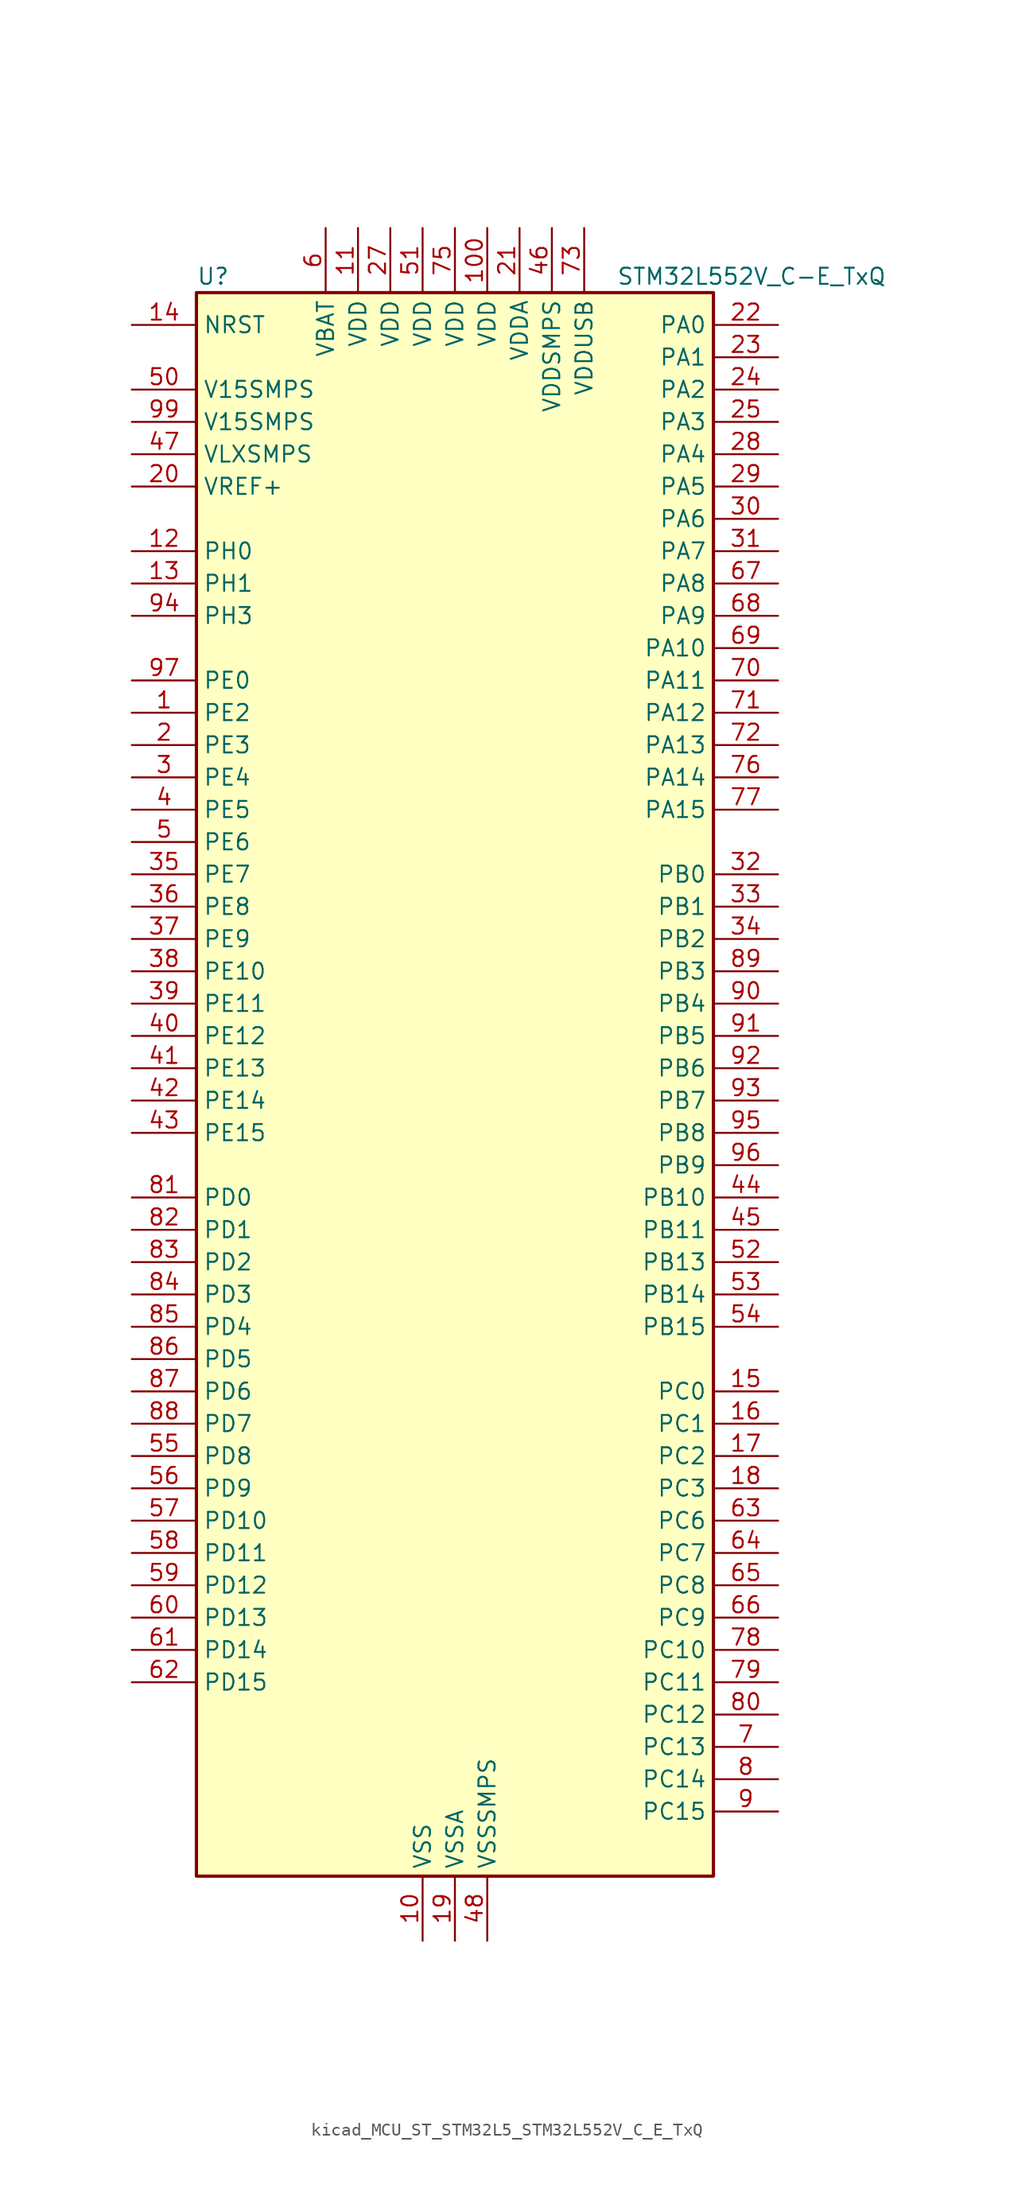
<source format=kicad_sym>
(kicad_symbol_lib
  (version 20220914)
  (generator kicad_symbol_editor)
  (symbol "kicad_MCU_ST_STM32L5_STM32L552V_C_E_TxQ"
    (property "Reference" "U"
      (at -20.32 64.77 0)
      (effects (font (size 1.27 1.27)) (justify left)))
    (property "Value" "STM32L552V_C-E_TxQ"
      (at 12.7 64.77 0)
      (effects (font (size 1.27 1.27)) (justify left)))
    (property "ki_locked" ""
      (at 0 0 0)
      (effects (font (size 1.27 1.27))))
    (symbol "kicad_MCU_ST_STM32L5_STM32L552V_C_E_TxQ_0_1"
      (rectangle (start -20.32 -60.96) (end 20.32 63.5) (stroke (width 0.254) (type default)) (fill (type background))))
    (symbol "kicad_MCU_ST_STM32L5_STM32L552V_C_E_TxQ_1_1"
      (pin bidirectional line (at -25.4 30.48 0) (length 5.08) (name "PE2" (effects (font (size 1.27 1.27)))) (number "1" (effects (font (size 1.27 1.27)))) (alternate "DEBUG_TRACECLK" bidirectional line) (alternate "FMC_A23" bidirectional line) (alternate "SAI1_CK1" bidirectional line) (alternate "SAI1_MCLK_A" bidirectional line) (alternate "TIM3_ETR" bidirectional line) (alternate "TSC_G7_IO1" bidirectional line))
      (pin power_in line (at -2.54 -66.04 90) (length 5.08) (name "VSS" (effects (font (size 1.27 1.27)))) (number "10" (effects (font (size 1.27 1.27)))))
      (pin power_in line (at 2.54 68.58 270) (length 5.08) (name "VDD" (effects (font (size 1.27 1.27)))) (number "100" (effects (font (size 1.27 1.27)))))
      (pin power_in line (at -7.62 68.58 270) (length 5.08) (name "VDD" (effects (font (size 1.27 1.27)))) (number "11" (effects (font (size 1.27 1.27)))))
      (pin bidirectional line (at -25.4 43.18 0) (length 5.08) (name "PH0" (effects (font (size 1.27 1.27)))) (number "12" (effects (font (size 1.27 1.27)))) (alternate "RCC_OSC_IN" bidirectional line))
      (pin bidirectional line (at -25.4 40.64 0) (length 5.08) (name "PH1" (effects (font (size 1.27 1.27)))) (number "13" (effects (font (size 1.27 1.27)))) (alternate "RCC_OSC_OUT" bidirectional line))
      (pin input line (at -25.4 60.96 0) (length 5.08) (name "NRST" (effects (font (size 1.27 1.27)))) (number "14" (effects (font (size 1.27 1.27)))))
      (pin bidirectional line (at 25.4 -22.86 180) (length 5.08) (name "PC0" (effects (font (size 1.27 1.27)))) (number "15" (effects (font (size 1.27 1.27)))) (alternate "ADC1_IN1" bidirectional line) (alternate "ADC2_IN1" bidirectional line) (alternate "I2C3_SCL" bidirectional line) (alternate "LPTIM1_IN1" bidirectional line) (alternate "LPTIM2_IN1" bidirectional line) (alternate "LPUART1_RX" bidirectional line) (alternate "OCTOSPI1_IO7" bidirectional line) (alternate "SAI2_FS_A" bidirectional line) (alternate "SDMMC1_D5" bidirectional line))
      (pin bidirectional line (at 25.4 -25.4 180) (length 5.08) (name "PC1" (effects (font (size 1.27 1.27)))) (number "16" (effects (font (size 1.27 1.27)))) (alternate "ADC1_IN2" bidirectional line) (alternate "ADC2_IN2" bidirectional line) (alternate "DEBUG_TRACED0" bidirectional line) (alternate "I2C3_SDA" bidirectional line) (alternate "LPTIM1_OUT" bidirectional line) (alternate "LPUART1_TX" bidirectional line) (alternate "OCTOSPI1_IO4" bidirectional line) (alternate "SAI1_SD_A" bidirectional line) (alternate "SPI2_MOSI" bidirectional line))
      (pin bidirectional line (at 25.4 -27.94 180) (length 5.08) (name "PC2" (effects (font (size 1.27 1.27)))) (number "17" (effects (font (size 1.27 1.27)))) (alternate "ADC1_IN3" bidirectional line) (alternate "ADC2_IN3" bidirectional line) (alternate "DFSDM1_CKOUT" bidirectional line) (alternate "LPTIM1_IN2" bidirectional line) (alternate "OCTOSPI1_IO5" bidirectional line) (alternate "SPI2_MISO" bidirectional line))
      (pin bidirectional line (at 25.4 -30.48 180) (length 5.08) (name "PC3" (effects (font (size 1.27 1.27)))) (number "18" (effects (font (size 1.27 1.27)))) (alternate "ADC1_IN4" bidirectional line) (alternate "ADC2_IN4" bidirectional line) (alternate "LPTIM1_ETR" bidirectional line) (alternate "LPTIM2_ETR" bidirectional line) (alternate "LPTIM3_OUT" bidirectional line) (alternate "OCTOSPI1_IO6" bidirectional line) (alternate "SAI1_D1" bidirectional line) (alternate "SAI1_SD_A" bidirectional line) (alternate "SPI2_MOSI" bidirectional line))
      (pin power_in line (at 0 -66.04 90) (length 5.08) (name "VSSA" (effects (font (size 1.27 1.27)))) (number "19" (effects (font (size 1.27 1.27)))))
      (pin bidirectional line (at -25.4 27.94 0) (length 5.08) (name "PE3" (effects (font (size 1.27 1.27)))) (number "2" (effects (font (size 1.27 1.27)))) (alternate "DEBUG_TRACED0" bidirectional line) (alternate "FMC_A19" bidirectional line) (alternate "OCTOSPI1_DQS" bidirectional line) (alternate "SAI1_SD_B" bidirectional line) (alternate "TIM3_CH1" bidirectional line) (alternate "TSC_G7_IO2" bidirectional line))
      (pin input line (at -25.4 48.26 0) (length 5.08) (name "VREF+" (effects (font (size 1.27 1.27)))) (number "20" (effects (font (size 1.27 1.27)))))
      (pin power_in line (at 5.08 68.58 270) (length 5.08) (name "VDDA" (effects (font (size 1.27 1.27)))) (number "21" (effects (font (size 1.27 1.27)))))
      (pin bidirectional line (at 25.4 60.96 180) (length 5.08) (name "PA0" (effects (font (size 1.27 1.27)))) (number "22" (effects (font (size 1.27 1.27)))) (alternate "ADC1_IN5" bidirectional line) (alternate "ADC2_IN5" bidirectional line) (alternate "OPAMP1_VINP" bidirectional line) (alternate "PWR_WKUP1" bidirectional line) (alternate "SAI1_EXTCLK" bidirectional line) (alternate "TAMP_IN2" bidirectional line) (alternate "TAMP_OUT1" bidirectional line) (alternate "TIM2_CH1" bidirectional line) (alternate "TIM2_ETR" bidirectional line) (alternate "TIM5_CH1" bidirectional line) (alternate "TIM8_ETR" bidirectional line) (alternate "UART4_TX" bidirectional line) (alternate "USART2_CTS" bidirectional line) (alternate "USART2_NSS" bidirectional line))
      (pin bidirectional line (at 25.4 58.42 180) (length 5.08) (name "PA1" (effects (font (size 1.27 1.27)))) (number "23" (effects (font (size 1.27 1.27)))) (alternate "ADC1_IN6" bidirectional line) (alternate "ADC2_IN6" bidirectional line) (alternate "I2C1_SMBA" bidirectional line) (alternate "OCTOSPI1_DQS" bidirectional line) (alternate "OPAMP1_VINM" bidirectional line) (alternate "SPI1_SCK" bidirectional line) (alternate "TAMP_IN5" bidirectional line) (alternate "TAMP_OUT4" bidirectional line) (alternate "TIM15_CH1N" bidirectional line) (alternate "TIM2_CH2" bidirectional line) (alternate "TIM5_CH2" bidirectional line) (alternate "UART4_RX" bidirectional line) (alternate "USART2_DE" bidirectional line) (alternate "USART2_RTS" bidirectional line))
      (pin bidirectional line (at 25.4 55.88 180) (length 5.08) (name "PA2" (effects (font (size 1.27 1.27)))) (number "24" (effects (font (size 1.27 1.27)))) (alternate "ADC1_IN7" bidirectional line) (alternate "ADC2_IN7" bidirectional line) (alternate "COMP1_INP" bidirectional line) (alternate "LPUART1_TX" bidirectional line) (alternate "OCTOSPI1_NCS" bidirectional line) (alternate "PWR_WKUP4" bidirectional line) (alternate "RCC_LSCO" bidirectional line) (alternate "SAI2_EXTCLK" bidirectional line) (alternate "TIM15_CH1" bidirectional line) (alternate "TIM2_CH3" bidirectional line) (alternate "TIM5_CH3" bidirectional line) (alternate "UCPD1_FRSTX1" bidirectional line) (alternate "USART2_TX" bidirectional line))
      (pin bidirectional line (at 25.4 53.34 180) (length 5.08) (name "PA3" (effects (font (size 1.27 1.27)))) (number "25" (effects (font (size 1.27 1.27)))) (alternate "ADC1_IN8" bidirectional line) (alternate "ADC2_IN8" bidirectional line) (alternate "LPUART1_RX" bidirectional line) (alternate "OCTOSPI1_CLK" bidirectional line) (alternate "OPAMP1_VOUT" bidirectional line) (alternate "SAI1_CK1" bidirectional line) (alternate "SAI1_MCLK_A" bidirectional line) (alternate "TIM15_CH2" bidirectional line) (alternate "TIM2_CH4" bidirectional line) (alternate "TIM5_CH4" bidirectional line) (alternate "USART2_RX" bidirectional line))
      (pin passive line (at -2.54 -66.04 90) (length 5.08) hide (name "VSS" (effects (font (size 1.27 1.27)))) (number "26" (effects (font (size 1.27 1.27)))))
      (pin power_in line (at -5.08 68.58 270) (length 5.08) (name "VDD" (effects (font (size 1.27 1.27)))) (number "27" (effects (font (size 1.27 1.27)))))
      (pin bidirectional line (at 25.4 50.8 180) (length 5.08) (name "PA4" (effects (font (size 1.27 1.27)))) (number "28" (effects (font (size 1.27 1.27)))) (alternate "ADC1_IN9" bidirectional line) (alternate "ADC2_IN9" bidirectional line) (alternate "DAC1_OUT1" bidirectional line) (alternate "LPTIM2_OUT" bidirectional line) (alternate "OCTOSPI1_NCS" bidirectional line) (alternate "SAI1_FS_B" bidirectional line) (alternate "SPI1_NSS" bidirectional line) (alternate "SPI3_NSS" bidirectional line) (alternate "USART2_CK" bidirectional line))
      (pin bidirectional line (at 25.4 48.26 180) (length 5.08) (name "PA5" (effects (font (size 1.27 1.27)))) (number "29" (effects (font (size 1.27 1.27)))) (alternate "ADC1_IN10" bidirectional line) (alternate "ADC2_IN10" bidirectional line) (alternate "DAC1_OUT2" bidirectional line) (alternate "LPTIM2_ETR" bidirectional line) (alternate "SPI1_SCK" bidirectional line) (alternate "TIM2_CH1" bidirectional line) (alternate "TIM2_ETR" bidirectional line) (alternate "TIM8_CH1N" bidirectional line))
      (pin bidirectional line (at -25.4 25.4 0) (length 5.08) (name "PE4" (effects (font (size 1.27 1.27)))) (number "3" (effects (font (size 1.27 1.27)))) (alternate "DEBUG_TRACED1" bidirectional line) (alternate "DFSDM1_DATIN3" bidirectional line) (alternate "FMC_A20" bidirectional line) (alternate "SAI1_D2" bidirectional line) (alternate "SAI1_FS_A" bidirectional line) (alternate "TIM3_CH2" bidirectional line) (alternate "TSC_G7_IO3" bidirectional line))
      (pin bidirectional line (at 25.4 45.72 180) (length 5.08) (name "PA6" (effects (font (size 1.27 1.27)))) (number "30" (effects (font (size 1.27 1.27)))) (alternate "ADC1_IN11" bidirectional line) (alternate "ADC2_IN11" bidirectional line) (alternate "LPUART1_CTS" bidirectional line) (alternate "OCTOSPI1_IO3" bidirectional line) (alternate "OPAMP2_VINP" bidirectional line) (alternate "SPI1_MISO" bidirectional line) (alternate "TIM16_CH1" bidirectional line) (alternate "TIM1_BKIN" bidirectional line) (alternate "TIM3_CH1" bidirectional line) (alternate "TIM8_BKIN" bidirectional line) (alternate "USART3_CTS" bidirectional line) (alternate "USART3_NSS" bidirectional line))
      (pin bidirectional line (at 25.4 43.18 180) (length 5.08) (name "PA7" (effects (font (size 1.27 1.27)))) (number "31" (effects (font (size 1.27 1.27)))) (alternate "ADC1_IN12" bidirectional line) (alternate "ADC2_IN12" bidirectional line) (alternate "I2C3_SCL" bidirectional line) (alternate "OCTOSPI1_IO2" bidirectional line) (alternate "OPAMP2_VINM" bidirectional line) (alternate "SPI1_MOSI" bidirectional line) (alternate "TIM17_CH1" bidirectional line) (alternate "TIM1_CH1N" bidirectional line) (alternate "TIM3_CH2" bidirectional line) (alternate "TIM8_CH1N" bidirectional line))
      (pin bidirectional line (at 25.4 17.78 180) (length 5.08) (name "PB0" (effects (font (size 1.27 1.27)))) (number "32" (effects (font (size 1.27 1.27)))) (alternate "ADC1_IN15" bidirectional line) (alternate "ADC2_IN15" bidirectional line) (alternate "COMP1_OUT" bidirectional line) (alternate "OCTOSPI1_IO1" bidirectional line) (alternate "OPAMP2_VOUT" bidirectional line) (alternate "SAI1_EXTCLK" bidirectional line) (alternate "SPI1_NSS" bidirectional line) (alternate "TIM1_CH2N" bidirectional line) (alternate "TIM3_CH3" bidirectional line) (alternate "TIM8_CH2N" bidirectional line) (alternate "USART3_CK" bidirectional line))
      (pin bidirectional line (at 25.4 15.24 180) (length 5.08) (name "PB1" (effects (font (size 1.27 1.27)))) (number "33" (effects (font (size 1.27 1.27)))) (alternate "ADC1_IN16" bidirectional line) (alternate "ADC2_IN16" bidirectional line) (alternate "COMP1_INM" bidirectional line) (alternate "DFSDM1_DATIN0" bidirectional line) (alternate "LPTIM2_IN1" bidirectional line) (alternate "LPUART1_DE" bidirectional line) (alternate "LPUART1_RTS" bidirectional line) (alternate "OCTOSPI1_IO0" bidirectional line) (alternate "TIM1_CH3N" bidirectional line) (alternate "TIM3_CH4" bidirectional line) (alternate "TIM8_CH3N" bidirectional line) (alternate "USART3_DE" bidirectional line) (alternate "USART3_RTS" bidirectional line))
      (pin bidirectional line (at 25.4 12.7 180) (length 5.08) (name "PB2" (effects (font (size 1.27 1.27)))) (number "34" (effects (font (size 1.27 1.27)))) (alternate "COMP1_INP" bidirectional line) (alternate "DFSDM1_CKIN0" bidirectional line) (alternate "I2C3_SMBA" bidirectional line) (alternate "LPTIM1_OUT" bidirectional line) (alternate "OCTOSPI1_DQS" bidirectional line) (alternate "RTC_OUT2" bidirectional line) (alternate "UCPD1_FRSTX1" bidirectional line))
      (pin bidirectional line (at -25.4 17.78 0) (length 5.08) (name "PE7" (effects (font (size 1.27 1.27)))) (number "35" (effects (font (size 1.27 1.27)))) (alternate "DFSDM1_DATIN2" bidirectional line) (alternate "FMC_D4" bidirectional line) (alternate "FMC_DA4" bidirectional line) (alternate "SAI1_SD_B" bidirectional line) (alternate "TIM1_ETR" bidirectional line))
      (pin bidirectional line (at -25.4 15.24 0) (length 5.08) (name "PE8" (effects (font (size 1.27 1.27)))) (number "36" (effects (font (size 1.27 1.27)))) (alternate "DFSDM1_CKIN2" bidirectional line) (alternate "FMC_D5" bidirectional line) (alternate "FMC_DA5" bidirectional line) (alternate "SAI1_SCK_B" bidirectional line) (alternate "TIM1_CH1N" bidirectional line))
      (pin bidirectional line (at -25.4 12.7 0) (length 5.08) (name "PE9" (effects (font (size 1.27 1.27)))) (number "37" (effects (font (size 1.27 1.27)))) (alternate "DAC1_EXTI9" bidirectional line) (alternate "DFSDM1_CKOUT" bidirectional line) (alternate "FMC_D6" bidirectional line) (alternate "FMC_DA6" bidirectional line) (alternate "OCTOSPI1_NCLK" bidirectional line) (alternate "SAI1_FS_B" bidirectional line) (alternate "TIM1_CH1" bidirectional line))
      (pin bidirectional line (at -25.4 10.16 0) (length 5.08) (name "PE10" (effects (font (size 1.27 1.27)))) (number "38" (effects (font (size 1.27 1.27)))) (alternate "FMC_D7" bidirectional line) (alternate "FMC_DA7" bidirectional line) (alternate "OCTOSPI1_CLK" bidirectional line) (alternate "SAI1_MCLK_B" bidirectional line) (alternate "TIM1_CH2N" bidirectional line) (alternate "TSC_G5_IO1" bidirectional line))
      (pin bidirectional line (at -25.4 7.62 0) (length 5.08) (name "PE11" (effects (font (size 1.27 1.27)))) (number "39" (effects (font (size 1.27 1.27)))) (alternate "ADC1_EXTI11" bidirectional line) (alternate "ADC2_EXTI11" bidirectional line) (alternate "FMC_D8" bidirectional line) (alternate "FMC_DA8" bidirectional line) (alternate "OCTOSPI1_NCS" bidirectional line) (alternate "TIM1_CH2" bidirectional line) (alternate "TSC_G5_IO2" bidirectional line))
      (pin bidirectional line (at -25.4 22.86 0) (length 5.08) (name "PE5" (effects (font (size 1.27 1.27)))) (number "4" (effects (font (size 1.27 1.27)))) (alternate "DEBUG_TRACED2" bidirectional line) (alternate "DFSDM1_CKIN3" bidirectional line) (alternate "FMC_A21" bidirectional line) (alternate "SAI1_CK2" bidirectional line) (alternate "SAI1_SCK_A" bidirectional line) (alternate "TIM3_CH3" bidirectional line) (alternate "TSC_G7_IO4" bidirectional line))
      (pin bidirectional line (at -25.4 5.08 0) (length 5.08) (name "PE12" (effects (font (size 1.27 1.27)))) (number "40" (effects (font (size 1.27 1.27)))) (alternate "FMC_D9" bidirectional line) (alternate "FMC_DA9" bidirectional line) (alternate "OCTOSPI1_IO0" bidirectional line) (alternate "SPI1_NSS" bidirectional line) (alternate "TIM1_CH3N" bidirectional line) (alternate "TSC_G5_IO3" bidirectional line))
      (pin bidirectional line (at -25.4 2.54 0) (length 5.08) (name "PE13" (effects (font (size 1.27 1.27)))) (number "41" (effects (font (size 1.27 1.27)))) (alternate "FMC_D10" bidirectional line) (alternate "FMC_DA10" bidirectional line) (alternate "OCTOSPI1_IO1" bidirectional line) (alternate "SPI1_SCK" bidirectional line) (alternate "TIM1_CH3" bidirectional line) (alternate "TSC_G5_IO4" bidirectional line))
      (pin bidirectional line (at -25.4 0 0) (length 5.08) (name "PE14" (effects (font (size 1.27 1.27)))) (number "42" (effects (font (size 1.27 1.27)))) (alternate "FMC_D11" bidirectional line) (alternate "FMC_DA11" bidirectional line) (alternate "OCTOSPI1_IO2" bidirectional line) (alternate "SPI1_MISO" bidirectional line) (alternate "TIM1_BKIN2" bidirectional line) (alternate "TIM1_CH4" bidirectional line))
      (pin bidirectional line (at -25.4 -2.54 0) (length 5.08) (name "PE15" (effects (font (size 1.27 1.27)))) (number "43" (effects (font (size 1.27 1.27)))) (alternate "ADC1_EXTI15" bidirectional line) (alternate "ADC2_EXTI15" bidirectional line) (alternate "FMC_D12" bidirectional line) (alternate "FMC_DA12" bidirectional line) (alternate "OCTOSPI1_IO3" bidirectional line) (alternate "SPI1_MOSI" bidirectional line) (alternate "TIM1_BKIN" bidirectional line))
      (pin bidirectional line (at 25.4 -7.62 180) (length 5.08) (name "PB10" (effects (font (size 1.27 1.27)))) (number "44" (effects (font (size 1.27 1.27)))) (alternate "COMP1_OUT" bidirectional line) (alternate "I2C2_SCL" bidirectional line) (alternate "I2C4_SCL" bidirectional line) (alternate "LPTIM3_OUT" bidirectional line) (alternate "LPUART1_RX" bidirectional line) (alternate "OCTOSPI1_CLK" bidirectional line) (alternate "SAI1_SCK_A" bidirectional line) (alternate "SPI2_SCK" bidirectional line) (alternate "TIM2_CH3" bidirectional line) (alternate "TSC_SYNC" bidirectional line) (alternate "USART3_TX" bidirectional line))
      (pin bidirectional line (at 25.4 -10.16 180) (length 5.08) (name "PB11" (effects (font (size 1.27 1.27)))) (number "45" (effects (font (size 1.27 1.27)))) (alternate "ADC1_EXTI11" bidirectional line) (alternate "ADC2_EXTI11" bidirectional line) (alternate "COMP2_OUT" bidirectional line) (alternate "I2C2_SDA" bidirectional line) (alternate "I2C4_SDA" bidirectional line) (alternate "LPUART1_TX" bidirectional line) (alternate "OCTOSPI1_NCS" bidirectional line) (alternate "TIM2_CH4" bidirectional line) (alternate "USART3_RX" bidirectional line))
      (pin power_in line (at 7.62 68.58 270) (length 5.08) (name "VDDSMPS" (effects (font (size 1.27 1.27)))) (number "46" (effects (font (size 1.27 1.27)))))
      (pin power_in line (at -25.4 50.8 0) (length 5.08) (name "VLXSMPS" (effects (font (size 1.27 1.27)))) (number "47" (effects (font (size 1.27 1.27)))))
      (pin power_in line (at 2.54 -66.04 90) (length 5.08) (name "VSSSMPS" (effects (font (size 1.27 1.27)))) (number "48" (effects (font (size 1.27 1.27)))))
      (pin passive line (at -2.54 -66.04 90) (length 5.08) hide (name "VSS" (effects (font (size 1.27 1.27)))) (number "49" (effects (font (size 1.27 1.27)))))
      (pin bidirectional line (at -25.4 20.32 0) (length 5.08) (name "PE6" (effects (font (size 1.27 1.27)))) (number "5" (effects (font (size 1.27 1.27)))) (alternate "DEBUG_TRACED3" bidirectional line) (alternate "FMC_A22" bidirectional line) (alternate "PWR_WKUP3" bidirectional line) (alternate "SAI1_D1" bidirectional line) (alternate "SAI1_SD_A" bidirectional line) (alternate "TAMP_IN3" bidirectional line) (alternate "TAMP_OUT6" bidirectional line) (alternate "TIM3_CH4" bidirectional line))
      (pin power_in line (at -25.4 55.88 0) (length 5.08) (name "V15SMPS" (effects (font (size 1.27 1.27)))) (number "50" (effects (font (size 1.27 1.27)))))
      (pin power_in line (at -2.54 68.58 270) (length 5.08) (name "VDD" (effects (font (size 1.27 1.27)))) (number "51" (effects (font (size 1.27 1.27)))))
      (pin bidirectional line (at 25.4 -12.7 180) (length 5.08) (name "PB13" (effects (font (size 1.27 1.27)))) (number "52" (effects (font (size 1.27 1.27)))) (alternate "DFSDM1_CKIN1" bidirectional line) (alternate "I2C2_SCL" bidirectional line) (alternate "LPTIM3_IN1" bidirectional line) (alternate "LPUART1_CTS" bidirectional line) (alternate "SAI2_SCK_A" bidirectional line) (alternate "SPI2_SCK" bidirectional line) (alternate "TIM15_CH1N" bidirectional line) (alternate "TIM1_CH1N" bidirectional line) (alternate "TSC_G1_IO2" bidirectional line) (alternate "UCPD1_FRSTX2" bidirectional line) (alternate "USART3_CTS" bidirectional line) (alternate "USART3_NSS" bidirectional line))
      (pin bidirectional line (at 25.4 -15.24 180) (length 5.08) (name "PB14" (effects (font (size 1.27 1.27)))) (number "53" (effects (font (size 1.27 1.27)))) (alternate "DFSDM1_DATIN2" bidirectional line) (alternate "I2C2_SDA" bidirectional line) (alternate "LPTIM3_ETR" bidirectional line) (alternate "SAI2_MCLK_A" bidirectional line) (alternate "SPI2_MISO" bidirectional line) (alternate "TIM15_CH1" bidirectional line) (alternate "TIM1_CH2N" bidirectional line) (alternate "TIM8_CH2N" bidirectional line) (alternate "TSC_G1_IO3" bidirectional line) (alternate "UCPD1_DBCC2" bidirectional line) (alternate "USART3_DE" bidirectional line) (alternate "USART3_RTS" bidirectional line))
      (pin bidirectional line (at 25.4 -17.78 180) (length 5.08) (name "PB15" (effects (font (size 1.27 1.27)))) (number "54" (effects (font (size 1.27 1.27)))) (alternate "ADC1_EXTI15" bidirectional line) (alternate "ADC2_EXTI15" bidirectional line) (alternate "DFSDM1_CKIN2" bidirectional line) (alternate "RTC_REFIN" bidirectional line) (alternate "SAI2_SD_A" bidirectional line) (alternate "SPI2_MOSI" bidirectional line) (alternate "TIM15_CH2" bidirectional line) (alternate "TIM1_CH3N" bidirectional line) (alternate "TIM8_CH3N" bidirectional line) (alternate "UCPD1_CC2" bidirectional line))
      (pin bidirectional line (at -25.4 -27.94 0) (length 5.08) (name "PD8" (effects (font (size 1.27 1.27)))) (number "55" (effects (font (size 1.27 1.27)))) (alternate "FMC_D13" bidirectional line) (alternate "FMC_DA13" bidirectional line) (alternate "USART3_TX" bidirectional line))
      (pin bidirectional line (at -25.4 -30.48 0) (length 5.08) (name "PD9" (effects (font (size 1.27 1.27)))) (number "56" (effects (font (size 1.27 1.27)))) (alternate "DAC1_EXTI9" bidirectional line) (alternate "FMC_D14" bidirectional line) (alternate "FMC_DA14" bidirectional line) (alternate "SAI2_MCLK_A" bidirectional line) (alternate "USART3_RX" bidirectional line))
      (pin bidirectional line (at -25.4 -33.02 0) (length 5.08) (name "PD10" (effects (font (size 1.27 1.27)))) (number "57" (effects (font (size 1.27 1.27)))) (alternate "FMC_D15" bidirectional line) (alternate "FMC_DA15" bidirectional line) (alternate "SAI2_SCK_A" bidirectional line) (alternate "TSC_G6_IO1" bidirectional line) (alternate "USART3_CK" bidirectional line))
      (pin bidirectional line (at -25.4 -35.56 0) (length 5.08) (name "PD11" (effects (font (size 1.27 1.27)))) (number "58" (effects (font (size 1.27 1.27)))) (alternate "ADC1_EXTI11" bidirectional line) (alternate "ADC2_EXTI11" bidirectional line) (alternate "FMC_A16" bidirectional line) (alternate "FMC_CLE" bidirectional line) (alternate "I2C4_SMBA" bidirectional line) (alternate "LPTIM2_ETR" bidirectional line) (alternate "SAI2_SD_A" bidirectional line) (alternate "TSC_G6_IO2" bidirectional line) (alternate "USART3_CTS" bidirectional line) (alternate "USART3_NSS" bidirectional line))
      (pin bidirectional line (at -25.4 -38.1 0) (length 5.08) (name "PD12" (effects (font (size 1.27 1.27)))) (number "59" (effects (font (size 1.27 1.27)))) (alternate "FMC_A17" bidirectional line) (alternate "FMC_ALE" bidirectional line) (alternate "I2C4_SCL" bidirectional line) (alternate "LPTIM2_IN1" bidirectional line) (alternate "SAI2_FS_A" bidirectional line) (alternate "TIM4_CH1" bidirectional line) (alternate "TSC_G6_IO3" bidirectional line) (alternate "USART3_DE" bidirectional line) (alternate "USART3_RTS" bidirectional line))
      (pin power_in line (at -10.16 68.58 270) (length 5.08) (name "VBAT" (effects (font (size 1.27 1.27)))) (number "6" (effects (font (size 1.27 1.27)))))
      (pin bidirectional line (at -25.4 -40.64 0) (length 5.08) (name "PD13" (effects (font (size 1.27 1.27)))) (number "60" (effects (font (size 1.27 1.27)))) (alternate "FMC_A18" bidirectional line) (alternate "I2C4_SDA" bidirectional line) (alternate "LPTIM2_OUT" bidirectional line) (alternate "TIM4_CH2" bidirectional line) (alternate "TSC_G6_IO4" bidirectional line))
      (pin bidirectional line (at -25.4 -43.18 0) (length 5.08) (name "PD14" (effects (font (size 1.27 1.27)))) (number "61" (effects (font (size 1.27 1.27)))) (alternate "FMC_D0" bidirectional line) (alternate "FMC_DA0" bidirectional line) (alternate "TIM4_CH3" bidirectional line))
      (pin bidirectional line (at -25.4 -45.72 0) (length 5.08) (name "PD15" (effects (font (size 1.27 1.27)))) (number "62" (effects (font (size 1.27 1.27)))) (alternate "ADC1_EXTI15" bidirectional line) (alternate "ADC2_EXTI15" bidirectional line) (alternate "FMC_D1" bidirectional line) (alternate "FMC_DA1" bidirectional line) (alternate "TIM4_CH4" bidirectional line))
      (pin bidirectional line (at 25.4 -33.02 180) (length 5.08) (name "PC6" (effects (font (size 1.27 1.27)))) (number "63" (effects (font (size 1.27 1.27)))) (alternate "DFSDM1_CKIN3" bidirectional line) (alternate "SAI2_MCLK_A" bidirectional line) (alternate "SDMMC1_D0DIR" bidirectional line) (alternate "SDMMC1_D6" bidirectional line) (alternate "TIM3_CH1" bidirectional line) (alternate "TIM8_CH1" bidirectional line) (alternate "TSC_G4_IO1" bidirectional line))
      (pin bidirectional line (at 25.4 -35.56 180) (length 5.08) (name "PC7" (effects (font (size 1.27 1.27)))) (number "64" (effects (font (size 1.27 1.27)))) (alternate "DFSDM1_DATIN3" bidirectional line) (alternate "SAI2_MCLK_B" bidirectional line) (alternate "SDMMC1_D123DIR" bidirectional line) (alternate "SDMMC1_D7" bidirectional line) (alternate "TIM3_CH2" bidirectional line) (alternate "TIM8_CH2" bidirectional line) (alternate "TSC_G4_IO2" bidirectional line))
      (pin bidirectional line (at 25.4 -38.1 180) (length 5.08) (name "PC8" (effects (font (size 1.27 1.27)))) (number "65" (effects (font (size 1.27 1.27)))) (alternate "SDMMC1_D0" bidirectional line) (alternate "TIM3_CH3" bidirectional line) (alternate "TIM8_CH3" bidirectional line) (alternate "TSC_G4_IO3" bidirectional line))
      (pin bidirectional line (at 25.4 -40.64 180) (length 5.08) (name "PC9" (effects (font (size 1.27 1.27)))) (number "66" (effects (font (size 1.27 1.27)))) (alternate "DAC1_EXTI9" bidirectional line) (alternate "DEBUG_TRACED0" bidirectional line) (alternate "SAI2_EXTCLK" bidirectional line) (alternate "SDMMC1_D1" bidirectional line) (alternate "TIM3_CH4" bidirectional line) (alternate "TIM8_BKIN2" bidirectional line) (alternate "TIM8_CH4" bidirectional line) (alternate "TSC_G4_IO4" bidirectional line) (alternate "USB_NOE" bidirectional line))
      (pin bidirectional line (at 25.4 40.64 180) (length 5.08) (name "PA8" (effects (font (size 1.27 1.27)))) (number "67" (effects (font (size 1.27 1.27)))) (alternate "LPTIM2_OUT" bidirectional line) (alternate "RCC_MCO" bidirectional line) (alternate "SAI1_CK2" bidirectional line) (alternate "SAI1_SCK_A" bidirectional line) (alternate "TIM1_CH1" bidirectional line) (alternate "USART1_CK" bidirectional line))
      (pin bidirectional line (at 25.4 38.1 180) (length 5.08) (name "PA9" (effects (font (size 1.27 1.27)))) (number "68" (effects (font (size 1.27 1.27)))) (alternate "DAC1_EXTI9" bidirectional line) (alternate "SAI1_FS_A" bidirectional line) (alternate "SPI2_SCK" bidirectional line) (alternate "TIM15_BKIN" bidirectional line) (alternate "TIM1_CH2" bidirectional line) (alternate "USART1_TX" bidirectional line))
      (pin bidirectional line (at 25.4 35.56 180) (length 5.08) (name "PA10" (effects (font (size 1.27 1.27)))) (number "69" (effects (font (size 1.27 1.27)))) (alternate "CRS_SYNC" bidirectional line) (alternate "SAI1_D1" bidirectional line) (alternate "SAI1_SD_A" bidirectional line) (alternate "TIM17_BKIN" bidirectional line) (alternate "TIM1_CH3" bidirectional line) (alternate "USART1_RX" bidirectional line))
      (pin bidirectional line (at 25.4 -50.8 180) (length 5.08) (name "PC13" (effects (font (size 1.27 1.27)))) (number "7" (effects (font (size 1.27 1.27)))) (alternate "PWR_WKUP2" bidirectional line) (alternate "RTC_OUT1" bidirectional line) (alternate "RTC_TS" bidirectional line) (alternate "TAMP_IN1" bidirectional line) (alternate "TAMP_OUT2" bidirectional line))
      (pin bidirectional line (at 25.4 33.02 180) (length 5.08) (name "PA11" (effects (font (size 1.27 1.27)))) (number "70" (effects (font (size 1.27 1.27)))) (alternate "ADC1_EXTI11" bidirectional line) (alternate "ADC2_EXTI11" bidirectional line) (alternate "FDCAN1_RX" bidirectional line) (alternate "SPI1_MISO" bidirectional line) (alternate "TIM1_BKIN2" bidirectional line) (alternate "TIM1_CH4" bidirectional line) (alternate "USART1_CTS" bidirectional line) (alternate "USART1_NSS" bidirectional line) (alternate "USB_DM" bidirectional line))
      (pin bidirectional line (at 25.4 30.48 180) (length 5.08) (name "PA12" (effects (font (size 1.27 1.27)))) (number "71" (effects (font (size 1.27 1.27)))) (alternate "FDCAN1_TX" bidirectional line) (alternate "SPI1_MOSI" bidirectional line) (alternate "TIM1_ETR" bidirectional line) (alternate "USART1_DE" bidirectional line) (alternate "USART1_RTS" bidirectional line) (alternate "USB_DP" bidirectional line))
      (pin bidirectional line (at 25.4 27.94 180) (length 5.08) (name "PA13" (effects (font (size 1.27 1.27)))) (number "72" (effects (font (size 1.27 1.27)))) (alternate "DEBUG_JTMS-SWDIO" bidirectional line) (alternate "IR_OUT" bidirectional line) (alternate "SAI1_SD_B" bidirectional line) (alternate "USB_NOE" bidirectional line))
      (pin power_in line (at 10.16 68.58 270) (length 5.08) (name "VDDUSB" (effects (font (size 1.27 1.27)))) (number "73" (effects (font (size 1.27 1.27)))))
      (pin passive line (at -2.54 -66.04 90) (length 5.08) hide (name "VSS" (effects (font (size 1.27 1.27)))) (number "74" (effects (font (size 1.27 1.27)))))
      (pin power_in line (at 0 68.58 270) (length 5.08) (name "VDD" (effects (font (size 1.27 1.27)))) (number "75" (effects (font (size 1.27 1.27)))))
      (pin bidirectional line (at 25.4 25.4 180) (length 5.08) (name "PA14" (effects (font (size 1.27 1.27)))) (number "76" (effects (font (size 1.27 1.27)))) (alternate "DEBUG_JTCK-SWCLK" bidirectional line) (alternate "I2C1_SMBA" bidirectional line) (alternate "I2C4_SMBA" bidirectional line) (alternate "LPTIM1_OUT" bidirectional line) (alternate "SAI1_FS_B" bidirectional line))
      (pin bidirectional line (at 25.4 22.86 180) (length 5.08) (name "PA15" (effects (font (size 1.27 1.27)))) (number "77" (effects (font (size 1.27 1.27)))) (alternate "ADC1_EXTI15" bidirectional line) (alternate "ADC2_EXTI15" bidirectional line) (alternate "DEBUG_JTDI" bidirectional line) (alternate "SAI2_FS_B" bidirectional line) (alternate "SPI1_NSS" bidirectional line) (alternate "SPI3_NSS" bidirectional line) (alternate "TIM2_CH1" bidirectional line) (alternate "TIM2_ETR" bidirectional line) (alternate "UART4_DE" bidirectional line) (alternate "UART4_RTS" bidirectional line) (alternate "UCPD1_CC1" bidirectional line) (alternate "USART2_RX" bidirectional line) (alternate "USART3_DE" bidirectional line) (alternate "USART3_RTS" bidirectional line))
      (pin bidirectional line (at 25.4 -43.18 180) (length 5.08) (name "PC10" (effects (font (size 1.27 1.27)))) (number "78" (effects (font (size 1.27 1.27)))) (alternate "DEBUG_TRACED1" bidirectional line) (alternate "LPTIM3_ETR" bidirectional line) (alternate "SAI2_SCK_B" bidirectional line) (alternate "SDMMC1_D2" bidirectional line) (alternate "SPI3_SCK" bidirectional line) (alternate "TSC_G3_IO2" bidirectional line) (alternate "UART4_TX" bidirectional line) (alternate "USART3_TX" bidirectional line))
      (pin bidirectional line (at 25.4 -45.72 180) (length 5.08) (name "PC11" (effects (font (size 1.27 1.27)))) (number "79" (effects (font (size 1.27 1.27)))) (alternate "ADC1_EXTI11" bidirectional line) (alternate "ADC2_EXTI11" bidirectional line) (alternate "LPTIM3_IN1" bidirectional line) (alternate "OCTOSPI1_NCS" bidirectional line) (alternate "SAI2_MCLK_B" bidirectional line) (alternate "SDMMC1_D3" bidirectional line) (alternate "SPI3_MISO" bidirectional line) (alternate "TSC_G3_IO3" bidirectional line) (alternate "UART4_RX" bidirectional line) (alternate "UCPD1_FRSTX2" bidirectional line) (alternate "USART3_RX" bidirectional line))
      (pin bidirectional line (at 25.4 -53.34 180) (length 5.08) (name "PC14" (effects (font (size 1.27 1.27)))) (number "8" (effects (font (size 1.27 1.27)))) (alternate "RCC_OSC32_IN" bidirectional line))
      (pin bidirectional line (at 25.4 -48.26 180) (length 5.08) (name "PC12" (effects (font (size 1.27 1.27)))) (number "80" (effects (font (size 1.27 1.27)))) (alternate "DEBUG_TRACED3" bidirectional line) (alternate "SAI2_SD_B" bidirectional line) (alternate "SDMMC1_CK" bidirectional line) (alternate "SPI3_MOSI" bidirectional line) (alternate "TSC_G3_IO4" bidirectional line) (alternate "UART5_TX" bidirectional line) (alternate "USART3_CK" bidirectional line))
      (pin bidirectional line (at -25.4 -7.62 0) (length 5.08) (name "PD0" (effects (font (size 1.27 1.27)))) (number "81" (effects (font (size 1.27 1.27)))) (alternate "FDCAN1_RX" bidirectional line) (alternate "FMC_D2" bidirectional line) (alternate "FMC_DA2" bidirectional line) (alternate "SPI2_NSS" bidirectional line))
      (pin bidirectional line (at -25.4 -10.16 0) (length 5.08) (name "PD1" (effects (font (size 1.27 1.27)))) (number "82" (effects (font (size 1.27 1.27)))) (alternate "FDCAN1_TX" bidirectional line) (alternate "FMC_D3" bidirectional line) (alternate "FMC_DA3" bidirectional line) (alternate "SPI2_SCK" bidirectional line))
      (pin bidirectional line (at -25.4 -12.7 0) (length 5.08) (name "PD2" (effects (font (size 1.27 1.27)))) (number "83" (effects (font (size 1.27 1.27)))) (alternate "DEBUG_TRACED2" bidirectional line) (alternate "SDMMC1_CMD" bidirectional line) (alternate "TIM3_ETR" bidirectional line) (alternate "TSC_SYNC" bidirectional line) (alternate "UART5_RX" bidirectional line) (alternate "USART3_DE" bidirectional line) (alternate "USART3_RTS" bidirectional line))
      (pin bidirectional line (at -25.4 -15.24 0) (length 5.08) (name "PD3" (effects (font (size 1.27 1.27)))) (number "84" (effects (font (size 1.27 1.27)))) (alternate "DFSDM1_DATIN0" bidirectional line) (alternate "FMC_CLK" bidirectional line) (alternate "SPI2_MISO" bidirectional line) (alternate "SPI2_SCK" bidirectional line) (alternate "USART2_CTS" bidirectional line) (alternate "USART2_NSS" bidirectional line))
      (pin bidirectional line (at -25.4 -17.78 0) (length 5.08) (name "PD4" (effects (font (size 1.27 1.27)))) (number "85" (effects (font (size 1.27 1.27)))) (alternate "DFSDM1_CKIN0" bidirectional line) (alternate "FMC_NOE" bidirectional line) (alternate "OCTOSPI1_IO4" bidirectional line) (alternate "SPI2_MOSI" bidirectional line) (alternate "USART2_DE" bidirectional line) (alternate "USART2_RTS" bidirectional line))
      (pin bidirectional line (at -25.4 -20.32 0) (length 5.08) (name "PD5" (effects (font (size 1.27 1.27)))) (number "86" (effects (font (size 1.27 1.27)))) (alternate "FMC_NWE" bidirectional line) (alternate "OCTOSPI1_IO5" bidirectional line) (alternate "USART2_TX" bidirectional line))
      (pin bidirectional line (at -25.4 -22.86 0) (length 5.08) (name "PD6" (effects (font (size 1.27 1.27)))) (number "87" (effects (font (size 1.27 1.27)))) (alternate "DFSDM1_DATIN1" bidirectional line) (alternate "FMC_NWAIT" bidirectional line) (alternate "OCTOSPI1_IO6" bidirectional line) (alternate "SAI1_D1" bidirectional line) (alternate "SAI1_SD_A" bidirectional line) (alternate "SPI3_MOSI" bidirectional line) (alternate "USART2_RX" bidirectional line))
      (pin bidirectional line (at -25.4 -25.4 0) (length 5.08) (name "PD7" (effects (font (size 1.27 1.27)))) (number "88" (effects (font (size 1.27 1.27)))) (alternate "DFSDM1_CKIN1" bidirectional line) (alternate "FMC_NCE" bidirectional line) (alternate "FMC_NE1" bidirectional line) (alternate "OCTOSPI1_IO7" bidirectional line) (alternate "USART2_CK" bidirectional line))
      (pin bidirectional line (at 25.4 10.16 180) (length 5.08) (name "PB3" (effects (font (size 1.27 1.27)))) (number "89" (effects (font (size 1.27 1.27)))) (alternate "COMP2_INM" bidirectional line) (alternate "CRS_SYNC" bidirectional line) (alternate "DEBUG_JTDO-SWO" bidirectional line) (alternate "SAI1_SCK_B" bidirectional line) (alternate "SPI1_SCK" bidirectional line) (alternate "SPI3_SCK" bidirectional line) (alternate "TIM2_CH2" bidirectional line) (alternate "USART1_DE" bidirectional line) (alternate "USART1_RTS" bidirectional line))
      (pin bidirectional line (at 25.4 -55.88 180) (length 5.08) (name "PC15" (effects (font (size 1.27 1.27)))) (number "9" (effects (font (size 1.27 1.27)))) (alternate "ADC1_EXTI15" bidirectional line) (alternate "ADC2_EXTI15" bidirectional line) (alternate "RCC_OSC32_OUT" bidirectional line))
      (pin bidirectional line (at 25.4 7.62 180) (length 5.08) (name "PB4" (effects (font (size 1.27 1.27)))) (number "90" (effects (font (size 1.27 1.27)))) (alternate "COMP2_INP" bidirectional line) (alternate "DEBUG_JTRST" bidirectional line) (alternate "I2C3_SDA" bidirectional line) (alternate "SAI1_MCLK_B" bidirectional line) (alternate "SPI1_MISO" bidirectional line) (alternate "SPI3_MISO" bidirectional line) (alternate "TIM17_BKIN" bidirectional line) (alternate "TIM3_CH1" bidirectional line) (alternate "TSC_G2_IO1" bidirectional line) (alternate "UART5_DE" bidirectional line) (alternate "UART5_RTS" bidirectional line) (alternate "USART1_CTS" bidirectional line) (alternate "USART1_NSS" bidirectional line))
      (pin bidirectional line (at 25.4 5.08 180) (length 5.08) (name "PB5" (effects (font (size 1.27 1.27)))) (number "91" (effects (font (size 1.27 1.27)))) (alternate "COMP2_OUT" bidirectional line) (alternate "I2C1_SMBA" bidirectional line) (alternate "LPTIM1_IN1" bidirectional line) (alternate "OCTOSPI1_NCLK" bidirectional line) (alternate "SAI1_SD_B" bidirectional line) (alternate "SPI1_MOSI" bidirectional line) (alternate "SPI3_MOSI" bidirectional line) (alternate "TIM16_BKIN" bidirectional line) (alternate "TIM3_CH2" bidirectional line) (alternate "TSC_G2_IO2" bidirectional line) (alternate "UART5_CTS" bidirectional line) (alternate "UCPD1_DBCC1" bidirectional line) (alternate "USART1_CK" bidirectional line))
      (pin bidirectional line (at 25.4 2.54 180) (length 5.08) (name "PB6" (effects (font (size 1.27 1.27)))) (number "92" (effects (font (size 1.27 1.27)))) (alternate "COMP2_INP" bidirectional line) (alternate "I2C1_SCL" bidirectional line) (alternate "I2C4_SCL" bidirectional line) (alternate "LPTIM1_ETR" bidirectional line) (alternate "SAI1_FS_B" bidirectional line) (alternate "TIM16_CH1N" bidirectional line) (alternate "TIM4_CH1" bidirectional line) (alternate "TIM8_BKIN2" bidirectional line) (alternate "TSC_G2_IO3" bidirectional line) (alternate "USART1_TX" bidirectional line))
      (pin bidirectional line (at 25.4 0 180) (length 5.08) (name "PB7" (effects (font (size 1.27 1.27)))) (number "93" (effects (font (size 1.27 1.27)))) (alternate "COMP2_INM" bidirectional line) (alternate "FMC_NL" bidirectional line) (alternate "I2C1_SDA" bidirectional line) (alternate "I2C4_SDA" bidirectional line) (alternate "LPTIM1_IN2" bidirectional line) (alternate "PWR_PVD_IN" bidirectional line) (alternate "TIM17_CH1N" bidirectional line) (alternate "TIM4_CH2" bidirectional line) (alternate "TIM8_BKIN" bidirectional line) (alternate "TSC_G2_IO4" bidirectional line) (alternate "UART4_CTS" bidirectional line) (alternate "USART1_RX" bidirectional line))
      (pin bidirectional line (at -25.4 38.1 0) (length 5.08) (name "PH3" (effects (font (size 1.27 1.27)))) (number "94" (effects (font (size 1.27 1.27)))))
      (pin bidirectional line (at 25.4 -2.54 180) (length 5.08) (name "PB8" (effects (font (size 1.27 1.27)))) (number "95" (effects (font (size 1.27 1.27)))) (alternate "DFSDM1_CKOUT" bidirectional line) (alternate "FDCAN1_RX" bidirectional line) (alternate "I2C1_SCL" bidirectional line) (alternate "SAI1_CK1" bidirectional line) (alternate "SAI1_MCLK_A" bidirectional line) (alternate "SDMMC1_CKIN" bidirectional line) (alternate "SDMMC1_D4" bidirectional line) (alternate "TIM16_CH1" bidirectional line) (alternate "TIM4_CH3" bidirectional line))
      (pin bidirectional line (at 25.4 -5.08 180) (length 5.08) (name "PB9" (effects (font (size 1.27 1.27)))) (number "96" (effects (font (size 1.27 1.27)))) (alternate "DAC1_EXTI9" bidirectional line) (alternate "FDCAN1_TX" bidirectional line) (alternate "I2C1_SDA" bidirectional line) (alternate "IR_OUT" bidirectional line) (alternate "SAI1_D2" bidirectional line) (alternate "SAI1_FS_A" bidirectional line) (alternate "SDMMC1_CDIR" bidirectional line) (alternate "SDMMC1_D5" bidirectional line) (alternate "SPI2_NSS" bidirectional line) (alternate "TIM17_CH1" bidirectional line) (alternate "TIM4_CH4" bidirectional line))
      (pin bidirectional line (at -25.4 33.02 0) (length 5.08) (name "PE0" (effects (font (size 1.27 1.27)))) (number "97" (effects (font (size 1.27 1.27)))) (alternate "FMC_NBL0" bidirectional line) (alternate "TIM16_CH1" bidirectional line) (alternate "TIM4_ETR" bidirectional line))
      (pin passive line (at -2.54 -66.04 90) (length 5.08) hide (name "VSS" (effects (font (size 1.27 1.27)))) (number "98" (effects (font (size 1.27 1.27)))))
      (pin power_in line (at -25.4 53.34 0) (length 5.08) (name "V15SMPS" (effects (font (size 1.27 1.27)))) (number "99" (effects (font (size 1.27 1.27))))))))
</source>
